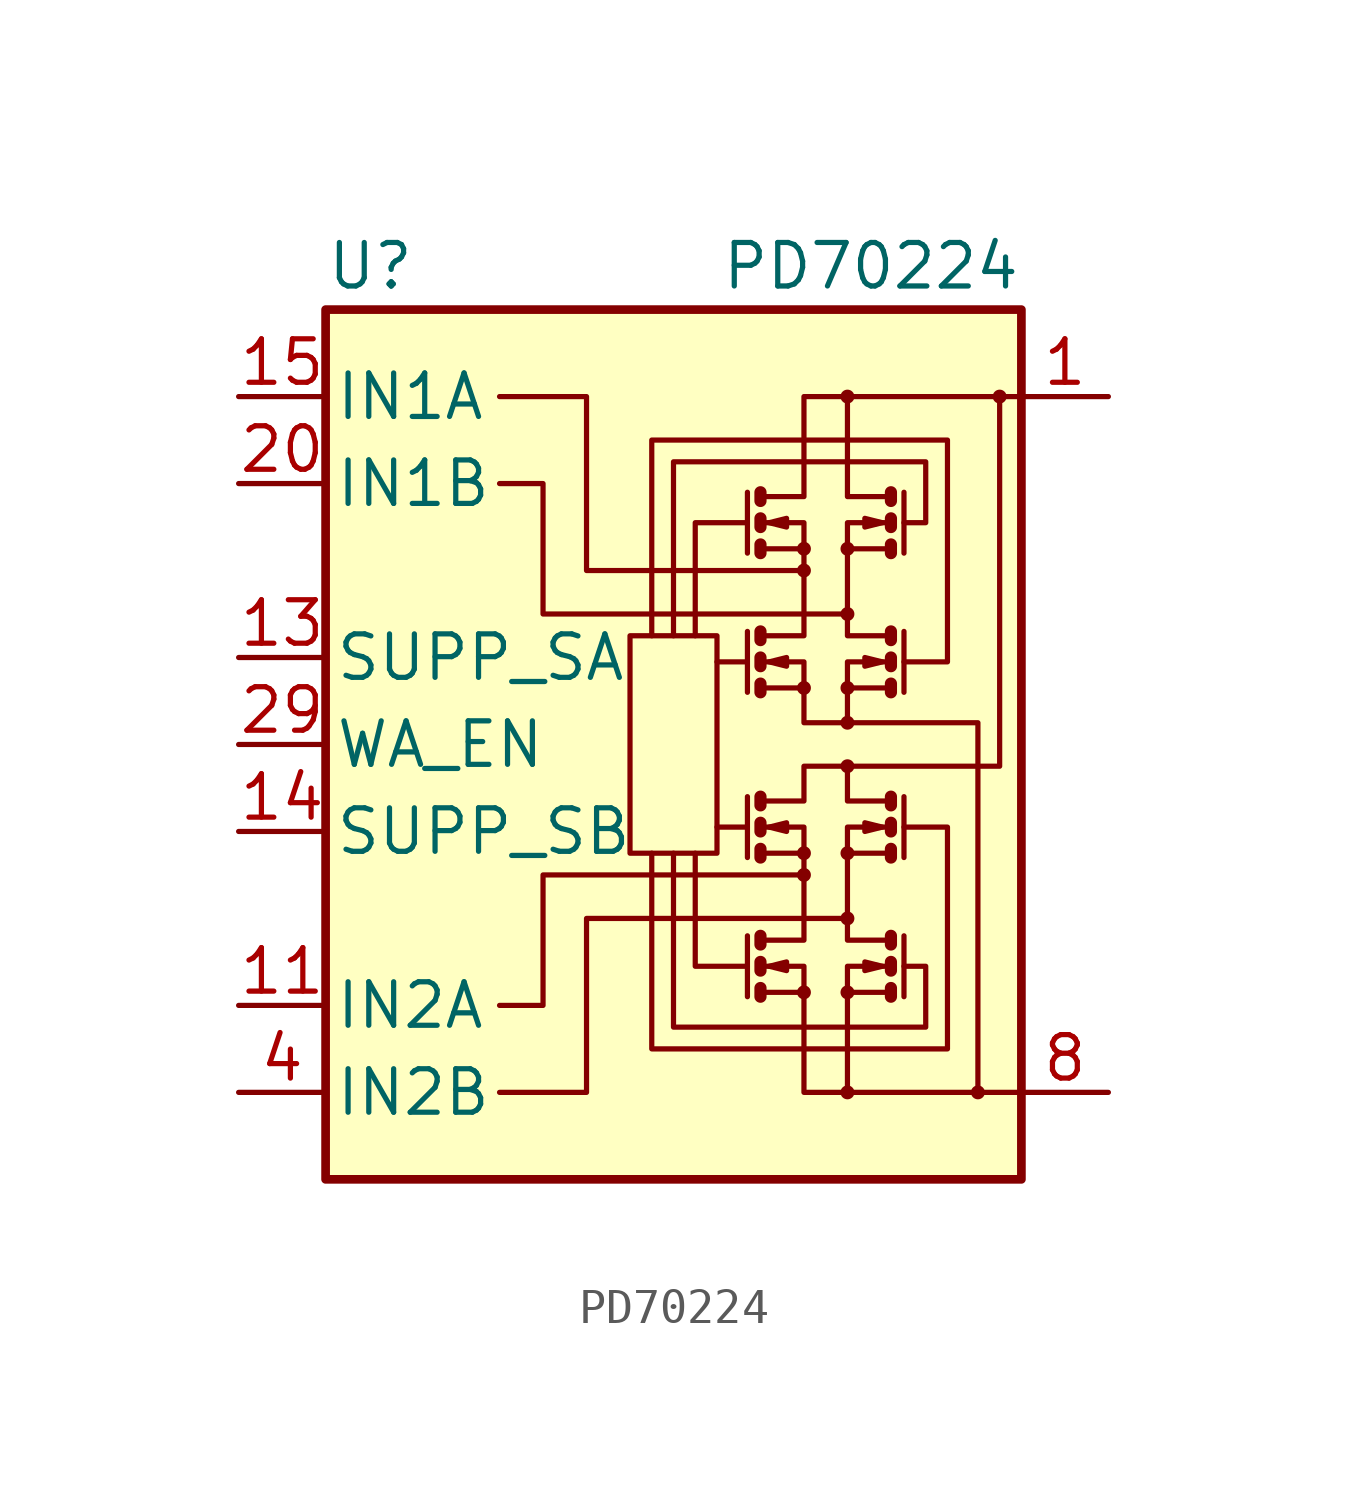
<source format=kicad_sym>
(kicad_symbol_lib
  (version 20211014)
  (generator kicad_symbol_editor)
  (symbol "PD70224"
    (pin_names
      (offset 0.254))
    (property "Reference" "U"
      (at -10.16 13.97 0)
      (effects (font (size 1.27 1.27)) (justify left)))
    (property "Value" "PD70224"
      (at 10.16 13.97 0)
      (effects (font (size 1.27 1.27)) (justify right)))
    (symbol "PD70224_0_1"
      (rectangle (start -10.16 12.7) (end 10.16 -12.7) (stroke (width 0.254) (type default) (color 0 0 0 0)) (fill (type background)))
      (rectangle (start -1.27 3.175) (end 1.27 -3.175) (stroke (width 0) (type default) (color 0 0 0 0)) (fill (type none)))
      (polyline (pts (xy 2.159 -5.588) (xy 2.159 -7.366)) (stroke (width 0) (type default) (color 0 0 0 0)) (fill (type none)))
      (polyline (pts (xy 2.159 -2.413) (xy 1.27 -2.413)) (stroke (width 0) (type default) (color 0 0 0 0)) (fill (type none)))
      (polyline (pts (xy 2.159 -1.524) (xy 2.159 -3.302)) (stroke (width 0) (type default) (color 0 0 0 0)) (fill (type none)))
      (polyline (pts (xy 2.159 2.413) (xy 1.27 2.413)) (stroke (width 0) (type default) (color 0 0 0 0)) (fill (type none)))
      (polyline (pts (xy 2.159 3.302) (xy 2.159 1.524)) (stroke (width 0) (type default) (color 0 0 0 0)) (fill (type none)))
      (polyline (pts (xy 2.159 7.366) (xy 2.159 5.588)) (stroke (width 0) (type default) (color 0 0 0 0)) (fill (type none)))
      (polyline (pts (xy 2.54 -7.239) (xy 3.81 -7.239)) (stroke (width 0) (type default) (color 0 0 0 0)) (fill (type none)))
      (polyline (pts (xy 2.54 -3.175) (xy 3.81 -3.175)) (stroke (width 0) (type default) (color 0 0 0 0)) (fill (type none)))
      (polyline (pts (xy 2.54 1.651) (xy 3.81 1.651)) (stroke (width 0) (type default) (color 0 0 0 0)) (fill (type none)))
      (polyline (pts (xy 2.54 5.715) (xy 3.81 5.715)) (stroke (width 0) (type default) (color 0 0 0 0)) (fill (type none)))
      (polyline (pts (xy 6.35 -7.239) (xy 5.08 -7.239)) (stroke (width 0) (type default) (color 0 0 0 0)) (fill (type none)))
      (polyline (pts (xy 6.35 -3.175) (xy 5.08 -3.175)) (stroke (width 0) (type default) (color 0 0 0 0)) (fill (type none)))
      (polyline (pts (xy 6.35 1.651) (xy 5.08 1.651)) (stroke (width 0) (type default) (color 0 0 0 0)) (fill (type none)))
      (polyline (pts (xy 6.35 5.715) (xy 5.08 5.715)) (stroke (width 0) (type default) (color 0 0 0 0)) (fill (type none)))
      (polyline (pts (xy 6.731 -5.588) (xy 6.731 -7.366)) (stroke (width 0) (type default) (color 0 0 0 0)) (fill (type none)))
      (polyline (pts (xy 6.731 -1.524) (xy 6.731 -3.302)) (stroke (width 0) (type default) (color 0 0 0 0)) (fill (type none)))
      (polyline (pts (xy 6.731 3.302) (xy 6.731 1.524)) (stroke (width 0) (type default) (color 0 0 0 0)) (fill (type none)))
      (polyline (pts (xy 6.731 7.366) (xy 6.731 5.588)) (stroke (width 0) (type default) (color 0 0 0 0)) (fill (type none)))
      (polyline (pts (xy 2.159 -6.477) (xy 0.635 -6.477) (xy 0.635 -3.175)) (stroke (width 0) (type default) (color 0 0 0 0)) (fill (type none)))
      (polyline (pts (xy 2.159 6.477) (xy 0.635 6.477) (xy 0.635 3.175)) (stroke (width 0) (type default) (color 0 0 0 0)) (fill (type none)))
      (polyline (pts (xy 2.54 -7.112) (xy 2.54 -7.366) (xy 2.54 -7.366)) (stroke (width 0.356) (type default) (color 0 0 0 0)) (fill (type none)))
      (polyline (pts (xy 2.54 -6.35) (xy 2.54 -6.604) (xy 2.54 -6.604)) (stroke (width 0.356) (type default) (color 0 0 0 0)) (fill (type none)))
      (polyline (pts (xy 2.54 -3.048) (xy 2.54 -3.302) (xy 2.54 -3.302)) (stroke (width 0.356) (type default) (color 0 0 0 0)) (fill (type none)))
      (polyline (pts (xy 2.54 -2.286) (xy 2.54 -2.54) (xy 2.54 -2.54)) (stroke (width 0.356) (type default) (color 0 0 0 0)) (fill (type none)))
      (polyline (pts (xy 2.54 -1.524) (xy 2.54 -1.778) (xy 2.54 -1.778)) (stroke (width 0.356) (type default) (color 0 0 0 0)) (fill (type none)))
      (polyline (pts (xy 2.54 1.778) (xy 2.54 1.524) (xy 2.54 1.524)) (stroke (width 0.356) (type default) (color 0 0 0 0)) (fill (type none)))
      (polyline (pts (xy 2.54 2.54) (xy 2.54 2.286) (xy 2.54 2.286)) (stroke (width 0.356) (type default) (color 0 0 0 0)) (fill (type none)))
      (polyline (pts (xy 2.54 5.842) (xy 2.54 5.588) (xy 2.54 5.588)) (stroke (width 0.356) (type default) (color 0 0 0 0)) (fill (type none)))
      (polyline (pts (xy 2.54 6.604) (xy 2.54 6.35) (xy 2.54 6.35)) (stroke (width 0.356) (type default) (color 0 0 0 0)) (fill (type none)))
      (polyline (pts (xy 2.54 7.366) (xy 2.54 7.112) (xy 2.54 7.112)) (stroke (width 0.356) (type default) (color 0 0 0 0)) (fill (type none)))
      (polyline (pts (xy 5.08 -10.16) (xy 5.08 -6.477) (xy 6.35 -6.477)) (stroke (width 0) (type default) (color 0 0 0 0)) (fill (type none)))
      (polyline (pts (xy 6.35 -7.112) (xy 6.35 -7.366) (xy 6.35 -7.366)) (stroke (width 0.356) (type default) (color 0 0 0 0)) (fill (type none)))
      (polyline (pts (xy 6.35 -6.35) (xy 6.35 -6.604) (xy 6.35 -6.604)) (stroke (width 0.356) (type default) (color 0 0 0 0)) (fill (type none)))
      (polyline (pts (xy 6.35 -3.048) (xy 6.35 -3.302) (xy 6.35 -3.302)) (stroke (width 0.356) (type default) (color 0 0 0 0)) (fill (type none)))
      (polyline (pts (xy 6.35 -2.286) (xy 6.35 -2.54) (xy 6.35 -2.54)) (stroke (width 0.356) (type default) (color 0 0 0 0)) (fill (type none)))
      (polyline (pts (xy 6.35 -1.651) (xy 5.08 -1.651) (xy 5.08 -0.635)) (stroke (width 0) (type default) (color 0 0 0 0)) (fill (type none)))
      (polyline (pts (xy 6.35 -1.524) (xy 6.35 -1.778) (xy 6.35 -1.778)) (stroke (width 0.356) (type default) (color 0 0 0 0)) (fill (type none)))
      (polyline (pts (xy 6.35 1.778) (xy 6.35 1.524) (xy 6.35 1.524)) (stroke (width 0.356) (type default) (color 0 0 0 0)) (fill (type none)))
      (polyline (pts (xy 6.35 2.413) (xy 5.08 2.413) (xy 5.08 0.635)) (stroke (width 0) (type default) (color 0 0 0 0)) (fill (type none)))
      (polyline (pts (xy 6.35 2.54) (xy 6.35 2.286) (xy 6.35 2.286)) (stroke (width 0.356) (type default) (color 0 0 0 0)) (fill (type none)))
      (polyline (pts (xy 6.35 5.842) (xy 6.35 5.588) (xy 6.35 5.588)) (stroke (width 0.356) (type default) (color 0 0 0 0)) (fill (type none)))
      (polyline (pts (xy 6.35 6.604) (xy 6.35 6.35) (xy 6.35 6.35)) (stroke (width 0.356) (type default) (color 0 0 0 0)) (fill (type none)))
      (polyline (pts (xy 6.35 7.239) (xy 5.08 7.239) (xy 5.08 10.16)) (stroke (width 0) (type default) (color 0 0 0 0)) (fill (type none)))
      (polyline (pts (xy 6.35 7.366) (xy 6.35 7.112) (xy 6.35 7.112)) (stroke (width 0.356) (type default) (color 0 0 0 0)) (fill (type none)))
      (polyline (pts (xy -5.08 -10.16) (xy -2.54 -10.16) (xy -2.54 -5.08) (xy 5.08 -5.08)) (stroke (width 0) (type default) (color 0 0 0 0)) (fill (type none)))
      (polyline (pts (xy 2.54 -6.477) (xy 3.81 -6.477) (xy 3.81 -10.16) (xy 10.16 -10.16)) (stroke (width 0) (type default) (color 0 0 0 0)) (fill (type none)))
      (polyline (pts (xy 2.54 -2.413) (xy 3.81 -2.413) (xy 3.81 -5.715) (xy 2.54 -5.715)) (stroke (width 0) (type default) (color 0 0 0 0)) (fill (type none)))
      (polyline (pts (xy 2.54 6.477) (xy 3.81 6.477) (xy 3.81 3.175) (xy 2.54 3.175)) (stroke (width 0) (type default) (color 0 0 0 0)) (fill (type none)))
      (polyline (pts (xy 2.54 7.239) (xy 3.81 7.239) (xy 3.81 10.16) (xy 10.16 10.16)) (stroke (width 0) (type default) (color 0 0 0 0)) (fill (type none)))
      (polyline (pts (xy 2.794 -6.477) (xy 3.302 -6.35) (xy 3.302 -6.604) (xy 2.794 -6.477)) (stroke (width 0) (type default) (color 0 0 0 0)) (fill (type none)))
      (polyline (pts (xy 2.794 -2.413) (xy 3.302 -2.286) (xy 3.302 -2.54) (xy 2.794 -2.413)) (stroke (width 0) (type default) (color 0 0 0 0)) (fill (type none)))
      (polyline (pts (xy 2.794 2.413) (xy 3.302 2.54) (xy 3.302 2.286) (xy 2.794 2.413)) (stroke (width 0) (type default) (color 0 0 0 0)) (fill (type none)))
      (polyline (pts (xy 2.794 6.477) (xy 3.302 6.604) (xy 3.302 6.35) (xy 2.794 6.477)) (stroke (width 0) (type default) (color 0 0 0 0)) (fill (type none)))
      (polyline (pts (xy 3.81 -3.81) (xy -3.81 -3.81) (xy -3.81 -7.62) (xy -5.08 -7.62)) (stroke (width 0) (type default) (color 0 0 0 0)) (fill (type none)))
      (polyline (pts (xy 3.81 5.08) (xy -2.54 5.08) (xy -2.54 10.16) (xy -5.08 10.16)) (stroke (width 0) (type default) (color 0 0 0 0)) (fill (type none)))
      (polyline (pts (xy 5.08 3.81) (xy -3.81 3.81) (xy -3.81 7.62) (xy -5.08 7.62)) (stroke (width 0) (type default) (color 0 0 0 0)) (fill (type none)))
      (polyline (pts (xy 6.096 -6.477) (xy 5.588 -6.35) (xy 5.588 -6.604) (xy 6.096 -6.477)) (stroke (width 0) (type default) (color 0 0 0 0)) (fill (type none)))
      (polyline (pts (xy 6.096 -2.413) (xy 5.588 -2.286) (xy 5.588 -2.54) (xy 6.096 -2.413)) (stroke (width 0) (type default) (color 0 0 0 0)) (fill (type none)))
      (polyline (pts (xy 6.096 2.413) (xy 5.588 2.54) (xy 5.588 2.286) (xy 6.096 2.413)) (stroke (width 0) (type default) (color 0 0 0 0)) (fill (type none)))
      (polyline (pts (xy 6.096 6.477) (xy 5.588 6.604) (xy 5.588 6.35) (xy 6.096 6.477)) (stroke (width 0) (type default) (color 0 0 0 0)) (fill (type none)))
      (polyline (pts (xy 6.35 -2.413) (xy 5.08 -2.413) (xy 5.08 -5.715) (xy 6.35 -5.715)) (stroke (width 0) (type default) (color 0 0 0 0)) (fill (type none)))
      (polyline (pts (xy 6.35 6.477) (xy 5.08 6.477) (xy 5.08 3.175) (xy 6.35 3.175)) (stroke (width 0) (type default) (color 0 0 0 0)) (fill (type none)))
      (polyline (pts (xy -0.635 3.175) (xy -0.635 8.89) (xy 8.001 8.89) (xy 8.001 2.413) (xy 6.731 2.413)) (stroke (width 0) (type default) (color 0 0 0 0)) (fill (type none)))
      (polyline (pts (xy 0 -3.175) (xy 0 -8.255) (xy 7.366 -8.255) (xy 7.366 -6.477) (xy 6.731 -6.477)) (stroke (width 0) (type default) (color 0 0 0 0)) (fill (type none)))
      (polyline (pts (xy 2.54 -1.651) (xy 3.81 -1.651) (xy 3.81 -0.635) (xy 9.525 -0.635) (xy 9.525 10.16)) (stroke (width 0) (type default) (color 0 0 0 0)) (fill (type none)))
      (polyline (pts (xy 2.54 2.413) (xy 3.81 2.413) (xy 3.81 0.635) (xy 8.89 0.635) (xy 8.89 -10.16)) (stroke (width 0) (type default) (color 0 0 0 0)) (fill (type none)))
      (polyline (pts (xy 6.731 -2.413) (xy 8.001 -2.413) (xy 8.001 -8.89) (xy -0.635 -8.89) (xy -0.635 -3.175)) (stroke (width 0) (type default) (color 0 0 0 0)) (fill (type none)))
      (polyline (pts (xy 6.731 6.477) (xy 7.366 6.477) (xy 7.366 8.255) (xy 0 8.255) (xy 0 3.175)) (stroke (width 0) (type default) (color 0 0 0 0)) (fill (type none)))
      (circle (center 3.81 -7.239) (radius 0.127) (stroke (width 0) (type default) (color 0 0 0 0)) (fill (type none)))
      (circle (center 3.81 -3.81) (radius 0.127) (stroke (width 0) (type default) (color 0 0 0 0)) (fill (type none)))
      (circle (center 3.81 -3.175) (radius 0.127) (stroke (width 0) (type default) (color 0 0 0 0)) (fill (type none)))
      (circle (center 3.81 1.651) (radius 0.127) (stroke (width 0) (type default) (color 0 0 0 0)) (fill (type none)))
      (circle (center 3.81 5.08) (radius 0.127) (stroke (width 0) (type default) (color 0 0 0 0)) (fill (type none)))
      (circle (center 3.81 5.715) (radius 0.127) (stroke (width 0) (type default) (color 0 0 0 0)) (fill (type none)))
      (circle (center 5.08 -10.16) (radius 0.127) (stroke (width 0) (type default) (color 0 0 0 0)) (fill (type none)))
      (circle (center 5.08 -7.239) (radius 0.127) (stroke (width 0) (type default) (color 0 0 0 0)) (fill (type none)))
      (circle (center 5.08 -5.08) (radius 0.127) (stroke (width 0) (type default) (color 0 0 0 0)) (fill (type none)))
      (circle (center 5.08 -3.175) (radius 0.127) (stroke (width 0) (type default) (color 0 0 0 0)) (fill (type none)))
      (circle (center 5.08 -0.635) (radius 0.127) (stroke (width 0) (type default) (color 0 0 0 0)) (fill (type none)))
      (circle (center 5.08 0.635) (radius 0.127) (stroke (width 0) (type default) (color 0 0 0 0)) (fill (type none)))
      (circle (center 5.08 1.651) (radius 0.127) (stroke (width 0) (type default) (color 0 0 0 0)) (fill (type none)))
      (circle (center 5.08 3.81) (radius 0.127) (stroke (width 0) (type default) (color 0 0 0 0)) (fill (type none)))
      (circle (center 5.08 5.715) (radius 0.127) (stroke (width 0) (type default) (color 0 0 0 0)) (fill (type none)))
      (circle (center 5.08 10.16) (radius 0.127) (stroke (width 0) (type default) (color 0 0 0 0)) (fill (type none)))
      (circle (center 8.89 -10.16) (radius 0.127) (stroke (width 0) (type default) (color 0 0 0 0)) (fill (type none)))
      (circle (center 9.525 10.16) (radius 0.127) (stroke (width 0) (type default) (color 0 0 0 0)) (fill (type none))))
    (symbol "PD70224_1_1"
      (polyline (pts (xy 2.54 -5.588) (xy 2.54 -5.842)) (stroke (width 0.356) (type default) (color 0 0 0 0)) (fill (type none)))
      (polyline (pts (xy 2.54 3.302) (xy 2.54 3.048)) (stroke (width 0.356) (type default) (color 0 0 0 0)) (fill (type none)))
      (polyline (pts (xy 6.35 -5.588) (xy 6.35 -5.842)) (stroke (width 0.356) (type default) (color 0 0 0 0)) (fill (type none)))
      (polyline (pts (xy 6.35 3.302) (xy 6.35 3.048)) (stroke (width 0.356) (type default) (color 0 0 0 0)) (fill (type none)))
      (pin power_in line (at 12.7 10.16 180) (length 2.54) (name "~" (effects (font (size 1.27 1.27)))) (number "1" (effects (font (size 1.27 1.27)))))
      (pin passive line (at 12.7 -10.16 180) (length 2.54) hide (name "~" (effects (font (size 1.27 1.27)))) (number "10" (effects (font (size 1.27 1.27)))))
      (pin passive line (at -12.7 -7.62 0) (length 2.54) (name "IN2A" (effects (font (size 1.27 1.27)))) (number "11" (effects (font (size 1.27 1.27)))))
      (pin passive line (at -12.7 -7.62 0) (length 2.54) hide (name "IN2A" (effects (font (size 1.27 1.27)))) (number "12" (effects (font (size 1.27 1.27)))))
      (pin input line (at -12.7 2.54 0) (length 2.54) (name "SUPP_SA" (effects (font (size 1.27 1.27)))) (number "13" (effects (font (size 1.27 1.27)))))
      (pin input line (at -12.7 -2.54 0) (length 2.54) (name "SUPP_SB" (effects (font (size 1.27 1.27)))) (number "14" (effects (font (size 1.27 1.27)))))
      (pin passive line (at -12.7 10.16 0) (length 2.54) (name "IN1A" (effects (font (size 1.27 1.27)))) (number "15" (effects (font (size 1.27 1.27)))))
      (pin passive line (at -12.7 10.16 0) (length 2.54) hide (name "IN1A" (effects (font (size 1.27 1.27)))) (number "16" (effects (font (size 1.27 1.27)))))
      (pin passive line (at 12.7 -10.16 180) (length 2.54) hide (name "~" (effects (font (size 1.27 1.27)))) (number "17" (effects (font (size 1.27 1.27)))))
      (pin passive line (at 12.7 -10.16 180) (length 2.54) hide (name "~" (effects (font (size 1.27 1.27)))) (number "18" (effects (font (size 1.27 1.27)))))
      (pin passive line (at 12.7 -10.16 180) (length 2.54) hide (name "~" (effects (font (size 1.27 1.27)))) (number "19" (effects (font (size 1.27 1.27)))))
      (pin passive line (at 12.7 10.16 180) (length 2.54) hide (name "~" (effects (font (size 1.27 1.27)))) (number "2" (effects (font (size 1.27 1.27)))))
      (pin passive line (at -12.7 7.62 0) (length 2.54) (name "IN1B" (effects (font (size 1.27 1.27)))) (number "20" (effects (font (size 1.27 1.27)))))
      (pin passive line (at -12.7 7.62 0) (length 2.54) hide (name "IN1B" (effects (font (size 1.27 1.27)))) (number "21" (effects (font (size 1.27 1.27)))))
      (pin passive line (at -12.7 7.62 0) (length 2.54) hide (name "IN1B" (effects (font (size 1.27 1.27)))) (number "22" (effects (font (size 1.27 1.27)))))
      (pin passive line (at -12.7 7.62 0) (length 2.54) hide (name "IN1B" (effects (font (size 1.27 1.27)))) (number "23" (effects (font (size 1.27 1.27)))))
      (pin passive line (at 12.7 10.16 180) (length 2.54) hide (name "~" (effects (font (size 1.27 1.27)))) (number "24" (effects (font (size 1.27 1.27)))))
      (pin passive line (at 12.7 10.16 180) (length 2.54) hide (name "~" (effects (font (size 1.27 1.27)))) (number "25" (effects (font (size 1.27 1.27)))))
      (pin passive line (at 12.7 10.16 180) (length 2.54) hide (name "~" (effects (font (size 1.27 1.27)))) (number "26" (effects (font (size 1.27 1.27)))))
      (pin passive line (at -12.7 10.16 0) (length 2.54) hide (name "IN1A" (effects (font (size 1.27 1.27)))) (number "27" (effects (font (size 1.27 1.27)))))
      (pin passive line (at -12.7 10.16 0) (length 2.54) hide (name "IN1A" (effects (font (size 1.27 1.27)))) (number "28" (effects (font (size 1.27 1.27)))))
      (pin input line (at -12.7 0 0) (length 2.54) (name "WA_EN" (effects (font (size 1.27 1.27)))) (number "29" (effects (font (size 1.27 1.27)))))
      (pin passive line (at 12.7 10.16 180) (length 2.54) hide (name "~" (effects (font (size 1.27 1.27)))) (number "3" (effects (font (size 1.27 1.27)))))
      (pin no_connect line (at -10.16 5.08 0) (length 2.54) hide (name "NC" (effects (font (size 1.27 1.27)))) (number "30" (effects (font (size 1.27 1.27)))))
      (pin passive line (at -12.7 -7.62 0) (length 2.54) hide (name "IN2A" (effects (font (size 1.27 1.27)))) (number "31" (effects (font (size 1.27 1.27)))))
      (pin passive line (at -12.7 -7.62 0) (length 2.54) hide (name "IN2A" (effects (font (size 1.27 1.27)))) (number "32" (effects (font (size 1.27 1.27)))))
      (pin passive line (at 12.7 10.16 180) (length 2.54) hide (name "~" (effects (font (size 1.27 1.27)))) (number "33" (effects (font (size 1.27 1.27)))))
      (pin passive line (at 12.7 -10.16 180) (length 2.54) hide (name "~" (effects (font (size 1.27 1.27)))) (number "34" (effects (font (size 1.27 1.27)))))
      (pin passive line (at -12.7 -10.16 0) (length 2.54) (name "IN2B" (effects (font (size 1.27 1.27)))) (number "4" (effects (font (size 1.27 1.27)))))
      (pin passive line (at -12.7 -10.16 0) (length 2.54) hide (name "IN2B" (effects (font (size 1.27 1.27)))) (number "5" (effects (font (size 1.27 1.27)))))
      (pin passive line (at -12.7 -10.16 0) (length 2.54) hide (name "IN2B" (effects (font (size 1.27 1.27)))) (number "6" (effects (font (size 1.27 1.27)))))
      (pin passive line (at -12.7 -10.16 0) (length 2.54) hide (name "IN2B" (effects (font (size 1.27 1.27)))) (number "7" (effects (font (size 1.27 1.27)))))
      (pin power_in line (at 12.7 -10.16 180) (length 2.54) (name "~" (effects (font (size 1.27 1.27)))) (number "8" (effects (font (size 1.27 1.27)))))
      (pin passive line (at 12.7 -10.16 180) (length 2.54) hide (name "~" (effects (font (size 1.27 1.27)))) (number "9" (effects (font (size 1.27 1.27))))))))
</source>
